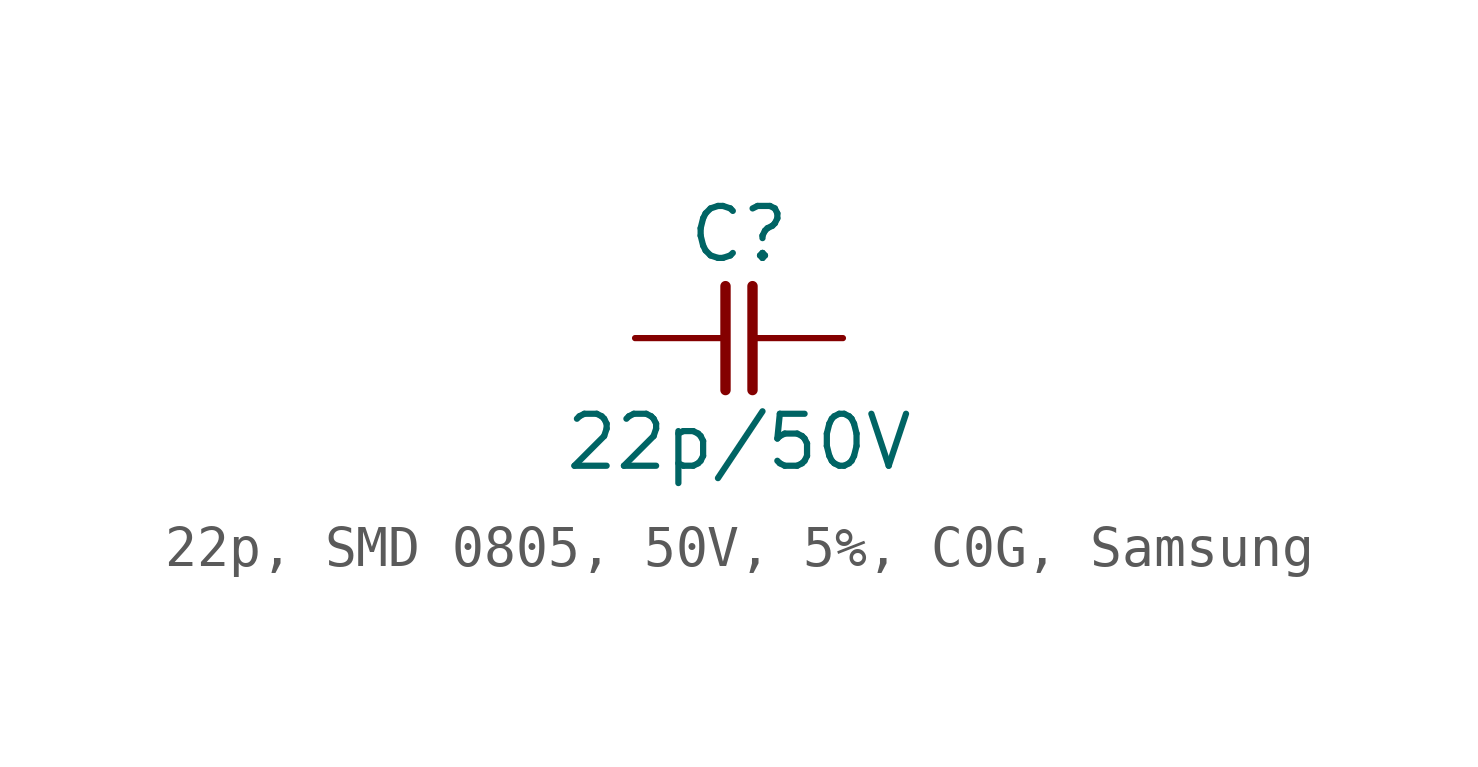
<source format=kicad_sym>
(kicad_symbol_lib
  (version 20241209)
  (generator "kicad_symbol_editor")
  (generator_version "9.0")
  (symbol "22p, SMD 0805, 50V, 5%, C0G, Samsung"
    (pin_numbers
      (hide yes))
    (pin_names
      (offset 0)
      (hide yes))
    (property "Reference" "C"
      (at 0 2.54 0)
      (effects (font (size 1.27 1.27))))
    (property "Value" "22p/50V"
      (at 0 -2.54 0)
      (effects (font (size 1.27 1.27))))
    (symbol "22p, SMD 0805, 50V, 5%, C0G, Samsung_0_1"
      (polyline (pts (xy -0.33 1.27) (xy -0.33 -1.27)) (stroke (width 0.254) (type default)) (fill (type none)))
      (polyline (pts (xy 0.33 1.27) (xy 0.33 -1.27)) (stroke (width 0.254) (type default)) (fill (type none))))
    (symbol "22p, SMD 0805, 50V, 5%, C0G, Samsung_1_1"
      (pin passive line (at -2.54 0 0) (length 2.21) (name "1" (effects (font (size 1.27 1.27)))) (number "1" (effects (font (size 1.27 1.27)))))
      (pin passive line (at 2.54 0 180) (length 2.21) (name "2" (effects (font (size 1.27 1.27)))) (number "2" (effects (font (size 1.27 1.27))))))))
</source>
